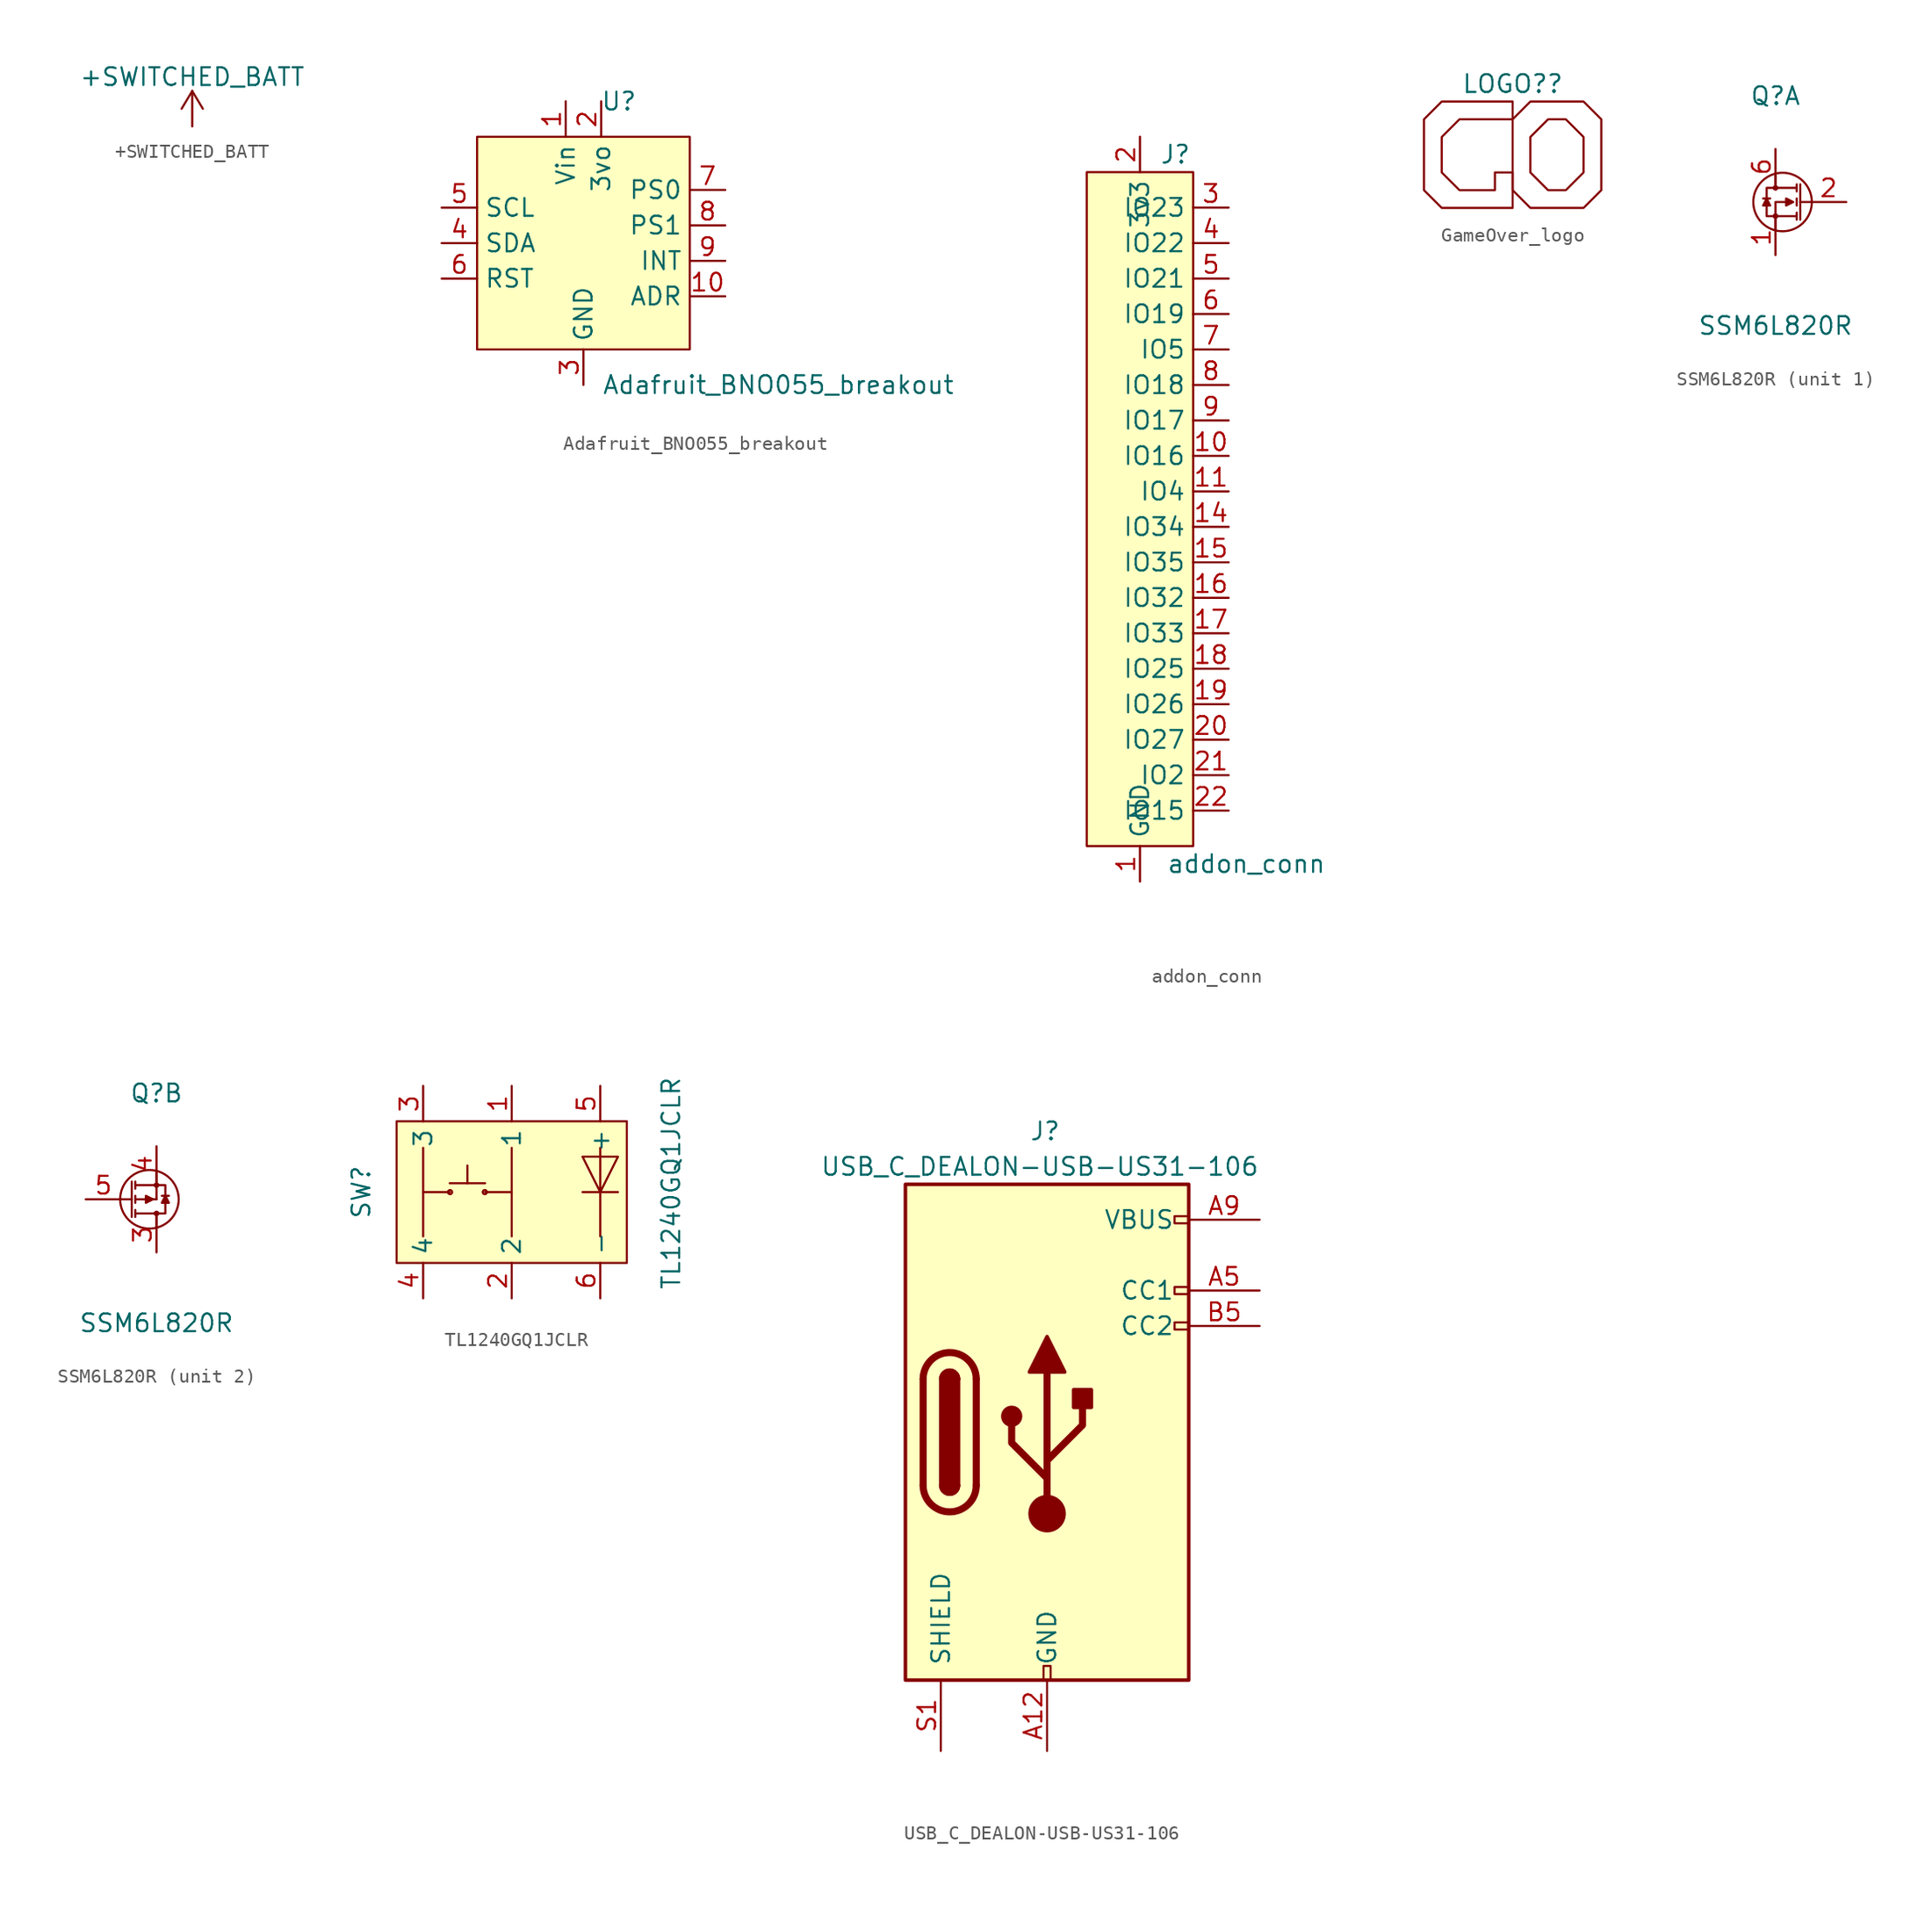
<source format=kicad_sym>
(kicad_symbol_lib
  (version 20220331)
  (generator kicad_symbol_editor)
  (symbol "+SWITCHED_BATT"
    (power)
    (pin_names
      (offset 0))
    (property "Reference" "#PWR"
      (at 0 -3.81 0)
      (effects (font (size 1.27 1.27)) hide))
    (property "Value" "+SWITCHED_BATT"
      (at 0 3.556 0)
      (effects (font (size 1.27 1.27))))
    (symbol "+SWITCHED_BATT_0_1"
      (polyline (pts (xy -0.762 1.27) (xy 0 2.54)) (stroke (width 0) (type default)) (fill (type none)))
      (polyline (pts (xy 0 0) (xy 0 2.54)) (stroke (width 0) (type default)) (fill (type none)))
      (polyline (pts (xy 0 2.54) (xy 0.762 1.27)) (stroke (width 0) (type default)) (fill (type none))))
    (symbol "+SWITCHED_BATT_1_1"
      (pin power_in line (at 0 0 90) (length 0) hide (name "+SWITCHED_BATT" (effects (font (size 1.27 1.27)))) (number "1" (effects (font (size 1.27 1.27)))))))
  (symbol "Adafruit_BNO055_breakout"
    (property "Reference" "U"
      (at 2.54 10.16 0)
      (effects (font (size 1.27 1.27))))
    (property "Value" "Adafruit_BNO055_breakout"
      (at 13.97 -10.16 0)
      (effects (font (size 1.27 1.27))))
    (symbol "Adafruit_BNO055_breakout_0_1"
      (rectangle (start -7.62 7.62) (end 7.62 -7.62) (stroke (width 0) (type default)) (fill (type background))))
    (symbol "Adafruit_BNO055_breakout_1_0"
      (pin input line (at 10.16 -3.81 180) (length 2.54) (name "ADR" (effects (font (size 1.27 1.27)))) (number "10" (effects (font (size 1.27 1.27)))))
      (pin power_out line (at 1.27 10.16 270) (length 2.54) (name "3vo" (effects (font (size 1.27 1.27)))) (number "2" (effects (font (size 1.27 1.27)))))
      (pin bidirectional line (at -10.16 0 0) (length 2.54) (name "SDA" (effects (font (size 1.27 1.27)))) (number "4" (effects (font (size 1.27 1.27)))))
      (pin input line (at -10.16 2.54 0) (length 2.54) (name "SCL" (effects (font (size 1.27 1.27)))) (number "5" (effects (font (size 1.27 1.27)))))
      (pin input line (at -10.16 -2.54 0) (length 2.54) (name "RST" (effects (font (size 1.27 1.27)))) (number "6" (effects (font (size 1.27 1.27)))))
      (pin input line (at 10.16 3.81 180) (length 2.54) (name "PS0" (effects (font (size 1.27 1.27)))) (number "7" (effects (font (size 1.27 1.27)))))
      (pin input line (at 10.16 1.27 180) (length 2.54) (name "PS1" (effects (font (size 1.27 1.27)))) (number "8" (effects (font (size 1.27 1.27)))))
      (pin output line (at 10.16 -1.27 180) (length 2.54) (name "INT" (effects (font (size 1.27 1.27)))) (number "9" (effects (font (size 1.27 1.27))))))
    (symbol "Adafruit_BNO055_breakout_1_1"
      (pin power_in line (at -1.27 10.16 270) (length 2.54) (name "Vin" (effects (font (size 1.27 1.27)))) (number "1" (effects (font (size 1.27 1.27)))))
      (pin power_in line (at 0 -10.16 90) (length 2.54) (name "GND" (effects (font (size 1.27 1.27)))) (number "3" (effects (font (size 1.27 1.27)))))))
  (symbol "addon_conn"
    (property "Reference" "J"
      (at 2.54 25.4 0)
      (effects (font (size 1.27 1.27))))
    (property "Value" "addon_conn"
      (at 7.62 -25.4 0)
      (effects (font (size 1.27 1.27))))
    (symbol "addon_conn_0_0"
      (pin power_in line (at 0 -26.67 90) (length 2.54) (name "GND" (effects (font (size 1.27 1.27)))) (number "1" (effects (font (size 1.27 1.27)))))
      (pin bidirectional line (at 6.35 3.81 180) (length 2.54) (name "IO16" (effects (font (size 1.27 1.27)))) (number "10" (effects (font (size 1.27 1.27)))))
      (pin bidirectional line (at 6.35 1.27 180) (length 2.54) (name "IO4" (effects (font (size 1.27 1.27)))) (number "11" (effects (font (size 1.27 1.27)))))
      (pin power_in line (at 0 -26.67 90) (length 2.54) hide (name "GND" (effects (font (size 1.27 1.27)))) (number "12" (effects (font (size 1.27 1.27)))))
      (pin power_in line (at 0 26.67 270) (length 2.54) hide (name "3v3" (effects (font (size 1.27 1.27)))) (number "13" (effects (font (size 1.27 1.27)))))
      (pin bidirectional line (at 6.35 -1.27 180) (length 2.54) (name "IO34" (effects (font (size 1.27 1.27)))) (number "14" (effects (font (size 1.27 1.27)))))
      (pin bidirectional line (at 6.35 -3.81 180) (length 2.54) (name "IO35" (effects (font (size 1.27 1.27)))) (number "15" (effects (font (size 1.27 1.27)))))
      (pin bidirectional line (at 6.35 -6.35 180) (length 2.54) (name "IO32" (effects (font (size 1.27 1.27)))) (number "16" (effects (font (size 1.27 1.27)))))
      (pin bidirectional line (at 6.35 -8.89 180) (length 2.54) (name "IO33" (effects (font (size 1.27 1.27)))) (number "17" (effects (font (size 1.27 1.27)))))
      (pin bidirectional line (at 6.35 -11.43 180) (length 2.54) (name "IO25" (effects (font (size 1.27 1.27)))) (number "18" (effects (font (size 1.27 1.27)))))
      (pin bidirectional line (at 6.35 -13.97 180) (length 2.54) (name "IO26" (effects (font (size 1.27 1.27)))) (number "19" (effects (font (size 1.27 1.27)))))
      (pin power_in line (at 0 26.67 270) (length 2.54) (name "3v3" (effects (font (size 1.27 1.27)))) (number "2" (effects (font (size 1.27 1.27)))))
      (pin bidirectional line (at 6.35 -16.51 180) (length 2.54) (name "IO27" (effects (font (size 1.27 1.27)))) (number "20" (effects (font (size 1.27 1.27)))))
      (pin bidirectional line (at 6.35 -19.05 180) (length 2.54) (name "IO2" (effects (font (size 1.27 1.27)))) (number "21" (effects (font (size 1.27 1.27)))))
      (pin bidirectional line (at 6.35 -21.59 180) (length 2.54) (name "IO15" (effects (font (size 1.27 1.27)))) (number "22" (effects (font (size 1.27 1.27)))))
      (pin power_in line (at 0 -26.67 90) (length 2.54) hide (name "GND" (effects (font (size 1.27 1.27)))) (number "23" (effects (font (size 1.27 1.27)))))
      (pin power_in line (at 0 26.67 270) (length 2.54) hide (name "3v3" (effects (font (size 1.27 1.27)))) (number "24" (effects (font (size 1.27 1.27)))))
      (pin bidirectional line (at 6.35 21.59 180) (length 2.54) (name "IO23" (effects (font (size 1.27 1.27)))) (number "3" (effects (font (size 1.27 1.27)))))
      (pin bidirectional line (at 6.35 19.05 180) (length 2.54) (name "IO22" (effects (font (size 1.27 1.27)))) (number "4" (effects (font (size 1.27 1.27)))))
      (pin bidirectional line (at 6.35 16.51 180) (length 2.54) (name "IO21" (effects (font (size 1.27 1.27)))) (number "5" (effects (font (size 1.27 1.27)))))
      (pin bidirectional line (at 6.35 13.97 180) (length 2.54) (name "IO19" (effects (font (size 1.27 1.27)))) (number "6" (effects (font (size 1.27 1.27)))))
      (pin bidirectional line (at 6.35 11.43 180) (length 2.54) (name "IO5" (effects (font (size 1.27 1.27)))) (number "7" (effects (font (size 1.27 1.27)))))
      (pin bidirectional line (at 6.35 8.89 180) (length 2.54) (name "IO18" (effects (font (size 1.27 1.27)))) (number "8" (effects (font (size 1.27 1.27)))))
      (pin bidirectional line (at 6.35 6.35 180) (length 2.54) (name "IO17" (effects (font (size 1.27 1.27)))) (number "9" (effects (font (size 1.27 1.27))))))
    (symbol "addon_conn_0_1"
      (rectangle (start -3.81 24.13) (end 3.81 -24.13) (stroke (width 0) (type default)) (fill (type background)))))
  (symbol "GameOver_logo"
    (property "Reference" "LOGO?"
      (at 0 5.08 0)
      (effects (font (size 1.27 1.27))))
    (symbol "GameOver_logo_0_1"
      (polyline (pts (xy 0 -2.54) (xy 1.27 -3.81) (xy 5.08 -3.81) (xy 6.35 -2.54) (xy 6.35 2.54) (xy 5.08 3.81) (xy 1.27 3.81) (xy 0 2.54) (xy 0 -2.54)) (stroke (width 0) (type default)) (fill (type none)))
      (polyline (pts (xy 1.27 -1.27) (xy 1.27 1.27) (xy 2.54 2.54) (xy 3.81 2.54) (xy 5.08 1.27) (xy 5.08 -1.27) (xy 3.81 -2.54) (xy 2.54 -2.54) (xy 1.27 -1.27)) (stroke (width 0) (type default)) (fill (type none)))
      (polyline (pts (xy 0 3.81) (xy -5.08 3.81) (xy -6.35 2.54) (xy -6.35 -2.54) (xy -5.08 -3.81) (xy 0 -3.81) (xy 0 -1.27) (xy -1.27 -1.27) (xy -1.27 -2.54) (xy -3.81 -2.54) (xy -5.08 -1.27) (xy -5.08 1.27) (xy -3.81 2.54) (xy 0 2.54) (xy 0 3.81)) (stroke (width 0) (type default)) (fill (type none)))))
  (symbol "SSM6L820R"
    (pin_names hide)
    (property "Reference" "Q"
      (at 0 7.62 0)
      (effects (font (size 1.27 1.27))))
    (property "Value" "SSM6L820R"
      (at 0 -8.89 0)
      (effects (font (size 1.27 1.27))))
    (property "ki_locked" ""
      (at 0 0 0)
      (effects (font (size 1.27 1.27))))
    (symbol "SSM6L820R_1_0"
      (pin passive line (at 5.08 0 180) (length 2.54) (name "G" (effects (font (size 1.27 1.27)))) (number "2" (effects (font (size 1.27 1.27)))))
      (pin passive line (at 0 3.81 270) (length 2.54) (name "D" (effects (font (size 1.27 1.27)))) (number "6" (effects (font (size 1.27 1.27))))))
    (symbol "SSM6L820R_1_1"
      (circle (center 0 -1.016) (radius 0.127) (stroke (width 0) (type default)) (fill (type none)))
      (polyline (pts (xy -0.381 0.254) (xy -0.889 0.254)) (stroke (width 0) (type default)) (fill (type none)))
      (polyline (pts (xy 0 -1.016) (xy 0 -2.032)) (stroke (width 0) (type default)) (fill (type none)))
      (polyline (pts (xy 1.524 -0.762) (xy 1.524 -1.27)) (stroke (width 0) (type default)) (fill (type none)))
      (polyline (pts (xy 1.524 0.254) (xy 1.524 -0.254)) (stroke (width 0) (type default)) (fill (type none)))
      (polyline (pts (xy 1.524 1.27) (xy 1.524 0.762)) (stroke (width 0) (type default)) (fill (type none)))
      (polyline (pts (xy 1.778 0) (xy 2.54 0)) (stroke (width 0) (type default)) (fill (type none)))
      (polyline (pts (xy 1.778 1.27) (xy 1.778 -1.27)) (stroke (width 0) (type default)) (fill (type none)))
      (polyline (pts (xy 1.524 1.016) (xy 0 1.016) (xy 0 2.032)) (stroke (width 0) (type default)) (fill (type none)))
      (polyline (pts (xy -0.889 -0.254) (xy -0.381 -0.254) (xy -0.635 0.254) (xy -0.889 -0.254)) (stroke (width 0) (type default)) (fill (type outline)))
      (polyline (pts (xy 0 -1.016) (xy -0.635 -1.016) (xy -0.635 1.016) (xy 0 1.016)) (stroke (width 0) (type default)) (fill (type none)))
      (polyline (pts (xy 0.762 0.254) (xy 0.762 -0.254) (xy 1.27 0) (xy 0.762 0.254)) (stroke (width 0) (type default)) (fill (type outline)))
      (polyline (pts (xy 1.524 -1.016) (xy 0 -1.016) (xy 0 0) (xy 0.889 0)) (stroke (width 0) (type default)) (fill (type none)))
      (circle (center 0 1.016) (radius 0.127) (stroke (width 0) (type default)) (fill (type none)))
      (circle (center 0.508 0) (radius 2.102) (stroke (width 0) (type default)) (fill (type none)))
      (pin passive line (at 0 -3.81 90) (length 2.54) (name "S" (effects (font (size 1.27 1.27)))) (number "1" (effects (font (size 1.27 1.27))))))
    (symbol "SSM6L820R_2_0"
      (pin passive line (at 0 -3.81 90) (length 2.54) (name "D" (effects (font (size 1.27 1.27)))) (number "3" (effects (font (size 1.27 1.27)))))
      (pin passive line (at 0 3.81 270) (length 2.54) (name "S" (effects (font (size 1.27 1.27)))) (number "4" (effects (font (size 1.27 1.27)))))
      (pin passive line (at -5.08 0 0) (length 2.54) (name "G" (effects (font (size 1.27 1.27)))) (number "5" (effects (font (size 1.27 1.27))))))
    (symbol "SSM6L820R_2_1"
      (circle (center -0.508 0) (radius 2.102) (stroke (width 0) (type default)) (fill (type none)))
      (circle (center 0 -1.016) (radius 0.127) (stroke (width 0) (type default)) (fill (type none)))
      (polyline (pts (xy -1.778 -1.27) (xy -1.778 1.27)) (stroke (width 0) (type default)) (fill (type none)))
      (polyline (pts (xy -1.778 0) (xy -2.54 0)) (stroke (width 0) (type default)) (fill (type none)))
      (polyline (pts (xy -1.524 -1.27) (xy -1.524 -0.762)) (stroke (width 0) (type default)) (fill (type none)))
      (polyline (pts (xy -1.524 -0.254) (xy -1.524 0.254)) (stroke (width 0) (type default)) (fill (type none)))
      (polyline (pts (xy -1.524 0) (xy 0 0)) (stroke (width 0) (type default)) (fill (type none)))
      (polyline (pts (xy -1.524 0.762) (xy -1.524 1.27)) (stroke (width 0) (type default)) (fill (type none)))
      (polyline (pts (xy 0 1.016) (xy 0 2.032)) (stroke (width 0) (type default)) (fill (type none)))
      (polyline (pts (xy 0.889 0.254) (xy 0.381 0.254)) (stroke (width 0) (type default)) (fill (type none)))
      (polyline (pts (xy -1.524 -1.016) (xy 0 -1.016) (xy 0 -2.032)) (stroke (width 0) (type default)) (fill (type none)))
      (polyline (pts (xy -1.524 1.016) (xy 0 1.016) (xy 0 0) (xy 0 0)) (stroke (width 0) (type default)) (fill (type none)))
      (polyline (pts (xy -0.762 0.254) (xy -0.762 -0.254) (xy -0.254 0) (xy -0.762 0.254)) (stroke (width 0) (type default)) (fill (type outline)))
      (polyline (pts (xy 0 1.016) (xy 0.635 1.016) (xy 0.635 -1.016) (xy 0 -1.016)) (stroke (width 0) (type default)) (fill (type none)))
      (polyline (pts (xy 0.381 -0.254) (xy 0.889 -0.254) (xy 0.635 0.254) (xy 0.381 -0.254)) (stroke (width 0) (type default)) (fill (type outline)))
      (circle (center 0 1.016) (radius 0.127) (stroke (width 0) (type default)) (fill (type none)))))
  (symbol "TL1240GQ1JCLR"
    (property "Reference" "SW"
      (at -12.065 0 90)
      (effects (font (size 1.27 1.27))))
    (property "Value" "TL1240GQ1JCLR"
      (at 10.16 0.635 90)
      (effects (font (size 1.27 1.27))))
    (symbol "TL1240GQ1JCLR_0_0"
      (pin passive line (at -1.27 7.62 270) (length 2.54) (name "1" (effects (font (size 1.27 1.27)))) (number "1" (effects (font (size 1.27 1.27)))))
      (pin passive line (at -1.27 -7.62 90) (length 2.54) (name "2" (effects (font (size 1.27 1.27)))) (number "2" (effects (font (size 1.27 1.27)))))
      (pin passive line (at -7.62 7.62 270) (length 2.54) (name "3" (effects (font (size 1.27 1.27)))) (number "3" (effects (font (size 1.27 1.27)))))
      (pin passive line (at -7.62 -7.62 90) (length 2.54) (name "4" (effects (font (size 1.27 1.27)))) (number "4" (effects (font (size 1.27 1.27)))))
      (pin passive line (at 5.08 7.62 270) (length 2.54) (name "+" (effects (font (size 1.27 1.27)))) (number "5" (effects (font (size 1.27 1.27)))))
      (pin passive line (at 5.08 -7.62 90) (length 2.54) (name "-" (effects (font (size 1.27 1.27)))) (number "6" (effects (font (size 1.27 1.27))))))
    (symbol "TL1240GQ1JCLR_0_1"
      (rectangle (start -9.525 5.08) (end 6.985 -5.08) (stroke (width 0) (type default)) (fill (type background)))
      (circle (center -5.69 0) (radius 0.072) (stroke (width 0) (type default)) (fill (type none)))
      (circle (center -3.2 0) (radius 0.072) (stroke (width 0) (type default)) (fill (type none)))
      (polyline (pts (xy -7.62 0) (xy -5.715 0)) (stroke (width 0) (type default)) (fill (type none)))
      (polyline (pts (xy -7.62 3.175) (xy -7.62 -3.175)) (stroke (width 0) (type default)) (fill (type none)))
      (polyline (pts (xy -5.715 0.635) (xy -3.175 0.635)) (stroke (width 0) (type default)) (fill (type none)))
      (polyline (pts (xy -4.445 0.635) (xy -4.445 1.905)) (stroke (width 0) (type default)) (fill (type none)))
      (polyline (pts (xy -1.27 -3.175) (xy -1.27 3.175)) (stroke (width 0) (type default)) (fill (type none)))
      (polyline (pts (xy -1.27 0) (xy -3.175 0)) (stroke (width 0) (type default)) (fill (type none)))
      (polyline (pts (xy 3.81 0) (xy 6.35 0)) (stroke (width 0) (type default)) (fill (type none)))
      (polyline (pts (xy 5.08 3.175) (xy 5.08 2.54) (xy 3.81 2.54) (xy 5.08 0) (xy 6.35 2.54) (xy 5.08 2.54) (xy 5.08 0) (xy 5.08 -3.175)) (stroke (width 0) (type default)) (fill (type none)))))
  (symbol "USB_C_DEALON-USB-US31-106"
    (pin_names
      (offset 1.016))
    (property "Reference" "J"
      (at -1.27 21.59 0)
      (effects (font (size 1.27 1.27)) (justify left)))
    (property "Value" "USB_C_DEALON-USB-US31-106"
      (at 15.24 19.05 0)
      (effects (font (size 1.27 1.27)) (justify right)))
    (symbol "USB_C_DEALON-USB-US31-106_0_0"
      (rectangle (start -0.254 -17.78) (end 0.254 -16.764) (stroke (width 0) (type default)) (fill (type none)))
      (rectangle (start 10.16 7.874) (end 9.144 7.366) (stroke (width 0) (type default)) (fill (type none)))
      (rectangle (start 10.16 10.414) (end 9.144 9.906) (stroke (width 0) (type default)) (fill (type none)))
      (rectangle (start 10.16 15.494) (end 9.144 14.986) (stroke (width 0) (type default)) (fill (type none))))
    (symbol "USB_C_DEALON-USB-US31-106_0_1"
      (rectangle (start -10.16 17.78) (end 10.16 -17.78) (stroke (width 0.254) (type default)) (fill (type background)))
      (arc (start -8.89 -3.81) (mid -6.985 -5.715) (end -5.08 -3.81) (stroke (width 0.508) (type default)) (fill (type none)))
      (arc (start -7.62 -3.81) (mid -6.985 -4.445) (end -6.35 -3.81) (stroke (width 0.254) (type default)) (fill (type none)))
      (arc (start -7.62 -3.81) (mid -6.985 -4.445) (end -6.35 -3.81) (stroke (width 0.254) (type default)) (fill (type outline)))
      (rectangle (start -7.62 -3.81) (end -6.35 3.81) (stroke (width 0.254) (type default)) (fill (type outline)))
      (arc (start -6.35 3.81) (mid -6.985 4.445) (end -7.62 3.81) (stroke (width 0.254) (type default)) (fill (type none)))
      (arc (start -6.35 3.81) (mid -6.985 4.445) (end -7.62 3.81) (stroke (width 0.254) (type default)) (fill (type outline)))
      (arc (start -5.08 3.81) (mid -6.985 5.715) (end -8.89 3.81) (stroke (width 0.508) (type default)) (fill (type none)))
      (circle (center -2.54 1.143) (radius 0.635) (stroke (width 0.254) (type default)) (fill (type outline)))
      (circle (center 0 -5.842) (radius 1.27) (stroke (width 0) (type default)) (fill (type outline)))
      (polyline (pts (xy -8.89 -3.81) (xy -8.89 3.81)) (stroke (width 0.508) (type default)) (fill (type none)))
      (polyline (pts (xy -5.08 3.81) (xy -5.08 -3.81)) (stroke (width 0.508) (type default)) (fill (type none)))
      (polyline (pts (xy 0 -5.842) (xy 0 4.318)) (stroke (width 0.508) (type default)) (fill (type none)))
      (polyline (pts (xy 0 -3.302) (xy -2.54 -0.762) (xy -2.54 0.508)) (stroke (width 0.508) (type default)) (fill (type none)))
      (polyline (pts (xy 0 -2.032) (xy 2.54 0.508) (xy 2.54 1.778)) (stroke (width 0.508) (type default)) (fill (type none)))
      (polyline (pts (xy -1.27 4.318) (xy 0 6.858) (xy 1.27 4.318) (xy -1.27 4.318)) (stroke (width 0.254) (type default)) (fill (type outline)))
      (rectangle (start 1.905 1.778) (end 3.175 3.048) (stroke (width 0.254) (type default)) (fill (type outline))))
    (symbol "USB_C_DEALON-USB-US31-106_1_1"
      (pin passive line (at 0 -22.86 90) (length 5.08) (name "GND" (effects (font (size 1.27 1.27)))) (number "A12" (effects (font (size 1.27 1.27)))))
      (pin bidirectional line (at 15.24 10.16 180) (length 5.08) (name "CC1" (effects (font (size 1.27 1.27)))) (number "A5" (effects (font (size 1.27 1.27)))))
      (pin passive line (at 15.24 15.24 180) (length 5.08) (name "VBUS" (effects (font (size 1.27 1.27)))) (number "A9" (effects (font (size 1.27 1.27)))))
      (pin passive line (at 0 -22.86 90) (length 5.08) hide (name "GND" (effects (font (size 1.27 1.27)))) (number "B12" (effects (font (size 1.27 1.27)))))
      (pin bidirectional line (at 15.24 7.62 180) (length 5.08) (name "CC2" (effects (font (size 1.27 1.27)))) (number "B5" (effects (font (size 1.27 1.27)))))
      (pin passive line (at 15.24 15.24 180) (length 5.08) hide (name "VBUS" (effects (font (size 1.27 1.27)))) (number "B9" (effects (font (size 1.27 1.27)))))
      (pin passive line (at -7.62 -22.86 90) (length 5.08) (name "SHIELD" (effects (font (size 1.27 1.27)))) (number "S1" (effects (font (size 1.27 1.27))))))))
</source>
